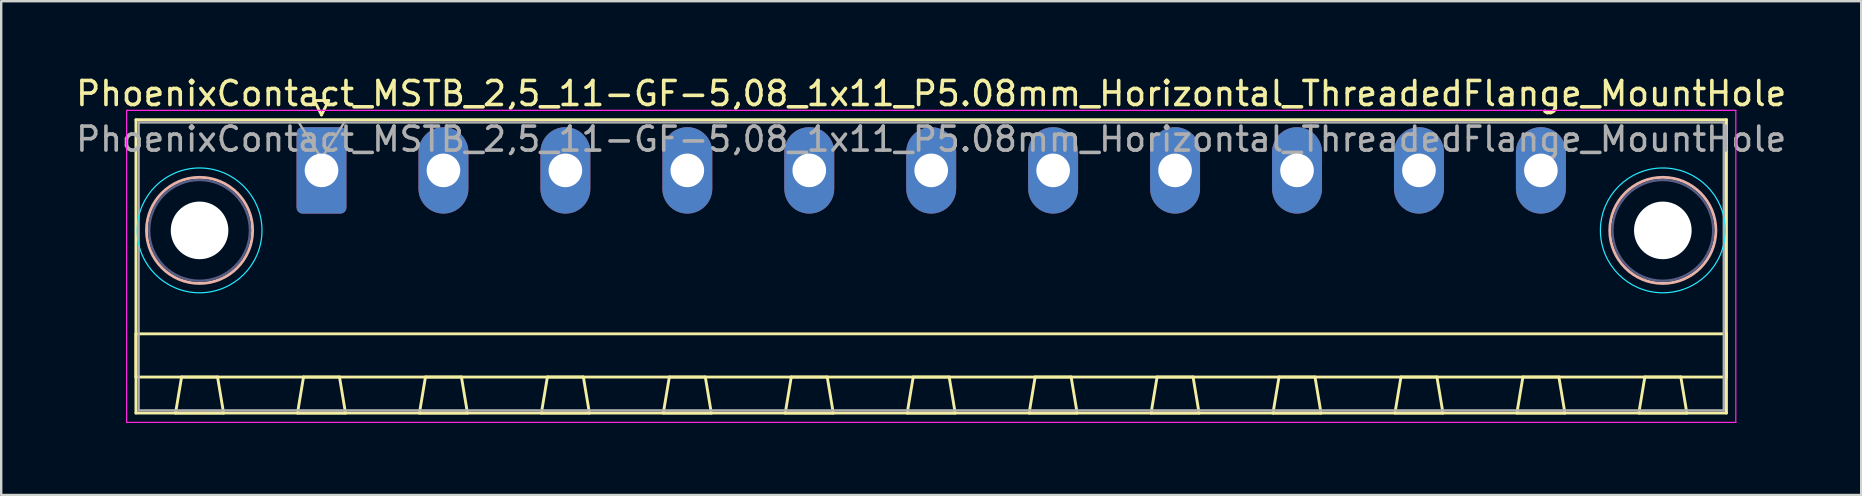
<source format=kicad_pcb>
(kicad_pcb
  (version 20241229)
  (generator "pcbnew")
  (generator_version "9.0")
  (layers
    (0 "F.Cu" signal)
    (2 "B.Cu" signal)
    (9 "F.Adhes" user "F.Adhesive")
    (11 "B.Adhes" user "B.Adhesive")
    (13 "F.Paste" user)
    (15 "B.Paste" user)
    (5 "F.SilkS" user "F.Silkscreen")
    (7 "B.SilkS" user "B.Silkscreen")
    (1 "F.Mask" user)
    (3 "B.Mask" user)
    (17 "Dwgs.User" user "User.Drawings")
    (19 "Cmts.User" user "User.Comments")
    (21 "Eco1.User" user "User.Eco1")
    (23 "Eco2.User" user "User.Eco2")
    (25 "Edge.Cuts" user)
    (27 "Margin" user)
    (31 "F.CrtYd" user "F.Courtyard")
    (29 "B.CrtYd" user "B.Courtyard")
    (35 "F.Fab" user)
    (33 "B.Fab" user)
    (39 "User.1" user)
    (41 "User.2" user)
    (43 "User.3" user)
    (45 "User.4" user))
  (footprint "PhoenixContact_MSTB_2,5_11-GF-5,08_1x11_P5.08mm_Horizontal_ThreadedFlange_MountHole"
    (layer "F.Cu")
    (at 10.344 4.048)
    (property "Reference" "PhoenixContact_MSTB_2,5_11-GF-5,08_1x11_P5.08mm_Horizontal_ThreadedFlange_MountHole" (at 25.4 -3.2 0) (layer "F.SilkS") (effects (font (size 1 1) (thickness 0.15))))
    (attr through_hole)
    (fp_line (start -7.73 -2.11) (end -7.73 10.11) (stroke (width 0.12) (type solid)) (layer "F.SilkS"))
    (fp_line (start -7.73 6.81) (end 58.53 6.81) (stroke (width 0.12) (type solid)) (layer "F.SilkS"))
    (fp_line (start -7.73 8.61) (end -7.73 6.81) (stroke (width 0.12) (type solid)) (layer "F.SilkS"))
    (fp_line (start -7.73 10.11) (end 58.53 10.11) (stroke (width 0.12) (type solid)) (layer "F.SilkS"))
    (fp_line (start -6.08 10.11) (end -4.08 10.11) (stroke (width 0.12) (type solid)) (layer "F.SilkS"))
    (fp_line (start -5.83 8.61) (end -6.08 10.11) (stroke (width 0.12) (type solid)) (layer "F.SilkS"))
    (fp_line (start -4.33 8.61) (end -5.83 8.61) (stroke (width 0.12) (type solid)) (layer "F.SilkS"))
    (fp_line (start -4.08 10.11) (end -4.33 8.61) (stroke (width 0.12) (type solid)) (layer "F.SilkS"))
    (fp_line (start -1 10.11) (end 1 10.11) (stroke (width 0.12) (type solid)) (layer "F.SilkS"))
    (fp_line (start -0.75 8.61) (end -1 10.11) (stroke (width 0.12) (type solid)) (layer "F.SilkS"))
    (fp_line (start -0.3 -2.91) (end 0.3 -2.91) (stroke (width 0.12) (type solid)) (layer "F.SilkS"))
    (fp_line (start 0 -2.31) (end -0.3 -2.91) (stroke (width 0.12) (type solid)) (layer "F.SilkS"))
    (fp_line (start 0.3 -2.91) (end 0 -2.31) (stroke (width 0.12) (type solid)) (layer "F.SilkS"))
    (fp_line (start 0.75 8.61) (end -0.75 8.61) (stroke (width 0.12) (type solid)) (layer "F.SilkS"))
    (fp_line (start 1 10.11) (end 0.75 8.61) (stroke (width 0.12) (type solid)) (layer "F.SilkS"))
    (fp_line (start 4.08 10.11) (end 6.08 10.11) (stroke (width 0.12) (type solid)) (layer "F.SilkS"))
    (fp_line (start 4.33 8.61) (end 4.08 10.11) (stroke (width 0.12) (type solid)) (layer "F.SilkS"))
    (fp_line (start 5.83 8.61) (end 4.33 8.61) (stroke (width 0.12) (type solid)) (layer "F.SilkS"))
    (fp_line (start 6.08 10.11) (end 5.83 8.61) (stroke (width 0.12) (type solid)) (layer "F.SilkS"))
    (fp_line (start 9.16 10.11) (end 11.16 10.11) (stroke (width 0.12) (type solid)) (layer "F.SilkS"))
    (fp_line (start 9.41 8.61) (end 9.16 10.11) (stroke (width 0.12) (type solid)) (layer "F.SilkS"))
    (fp_line (start 10.91 8.61) (end 9.41 8.61) (stroke (width 0.12) (type solid)) (layer "F.SilkS"))
    (fp_line (start 11.16 10.11) (end 10.91 8.61) (stroke (width 0.12) (type solid)) (layer "F.SilkS"))
    (fp_line (start 14.24 10.11) (end 16.24 10.11) (stroke (width 0.12) (type solid)) (layer "F.SilkS"))
    (fp_line (start 14.49 8.61) (end 14.24 10.11) (stroke (width 0.12) (type solid)) (layer "F.SilkS"))
    (fp_line (start 15.99 8.61) (end 14.49 8.61) (stroke (width 0.12) (type solid)) (layer "F.SilkS"))
    (fp_line (start 16.24 10.11) (end 15.99 8.61) (stroke (width 0.12) (type solid)) (layer "F.SilkS"))
    (fp_line (start 19.32 10.11) (end 21.32 10.11) (stroke (width 0.12) (type solid)) (layer "F.SilkS"))
    (fp_line (start 19.57 8.61) (end 19.32 10.11) (stroke (width 0.12) (type solid)) (layer "F.SilkS"))
    (fp_line (start 21.07 8.61) (end 19.57 8.61) (stroke (width 0.12) (type solid)) (layer "F.SilkS"))
    (fp_line (start 21.32 10.11) (end 21.07 8.61) (stroke (width 0.12) (type solid)) (layer "F.SilkS"))
    (fp_line (start 24.4 10.11) (end 26.4 10.11) (stroke (width 0.12) (type solid)) (layer "F.SilkS"))
    (fp_line (start 24.65 8.61) (end 24.4 10.11) (stroke (width 0.12) (type solid)) (layer "F.SilkS"))
    (fp_line (start 26.15 8.61) (end 24.65 8.61) (stroke (width 0.12) (type solid)) (layer "F.SilkS"))
    (fp_line (start 26.4 10.11) (end 26.15 8.61) (stroke (width 0.12) (type solid)) (layer "F.SilkS"))
    (fp_line (start 29.48 10.11) (end 31.48 10.11) (stroke (width 0.12) (type solid)) (layer "F.SilkS"))
    (fp_line (start 29.73 8.61) (end 29.48 10.11) (stroke (width 0.12) (type solid)) (layer "F.SilkS"))
    (fp_line (start 31.23 8.61) (end 29.73 8.61) (stroke (width 0.12) (type solid)) (layer "F.SilkS"))
    (fp_line (start 31.48 10.11) (end 31.23 8.61) (stroke (width 0.12) (type solid)) (layer "F.SilkS"))
    (fp_line (start 34.56 10.11) (end 36.56 10.11) (stroke (width 0.12) (type solid)) (layer "F.SilkS"))
    (fp_line (start 34.81 8.61) (end 34.56 10.11) (stroke (width 0.12) (type solid)) (layer "F.SilkS"))
    (fp_line (start 36.31 8.61) (end 34.81 8.61) (stroke (width 0.12) (type solid)) (layer "F.SilkS"))
    (fp_line (start 36.56 10.11) (end 36.31 8.61) (stroke (width 0.12) (type solid)) (layer "F.SilkS"))
    (fp_line (start 39.64 10.11) (end 41.64 10.11) (stroke (width 0.12) (type solid)) (layer "F.SilkS"))
    (fp_line (start 39.89 8.61) (end 39.64 10.11) (stroke (width 0.12) (type solid)) (layer "F.SilkS"))
    (fp_line (start 41.39 8.61) (end 39.89 8.61) (stroke (width 0.12) (type solid)) (layer "F.SilkS"))
    (fp_line (start 41.64 10.11) (end 41.39 8.61) (stroke (width 0.12) (type solid)) (layer "F.SilkS"))
    (fp_line (start 44.72 10.11) (end 46.72 10.11) (stroke (width 0.12) (type solid)) (layer "F.SilkS"))
    (fp_line (start 44.97 8.61) (end 44.72 10.11) (stroke (width 0.12) (type solid)) (layer "F.SilkS"))
    (fp_line (start 46.47 8.61) (end 44.97 8.61) (stroke (width 0.12) (type solid)) (layer "F.SilkS"))
    (fp_line (start 46.72 10.11) (end 46.47 8.61) (stroke (width 0.12) (type solid)) (layer "F.SilkS"))
    (fp_line (start 49.8 10.11) (end 51.8 10.11) (stroke (width 0.12) (type solid)) (layer "F.SilkS"))
    (fp_line (start 50.05 8.61) (end 49.8 10.11) (stroke (width 0.12) (type solid)) (layer "F.SilkS"))
    (fp_line (start 51.55 8.61) (end 50.05 8.61) (stroke (width 0.12) (type solid)) (layer "F.SilkS"))
    (fp_line (start 51.8 10.11) (end 51.55 8.61) (stroke (width 0.12) (type solid)) (layer "F.SilkS"))
    (fp_line (start 54.88 10.11) (end 56.88 10.11) (stroke (width 0.12) (type solid)) (layer "F.SilkS"))
    (fp_line (start 55.13 8.61) (end 54.88 10.11) (stroke (width 0.12) (type solid)) (layer "F.SilkS"))
    (fp_line (start 56.63 8.61) (end 55.13 8.61) (stroke (width 0.12) (type solid)) (layer "F.SilkS"))
    (fp_line (start 56.88 10.11) (end 56.63 8.61) (stroke (width 0.12) (type solid)) (layer "F.SilkS"))
    (fp_line (start 58.53 -2.11) (end -7.73 -2.11) (stroke (width 0.12) (type solid)) (layer "F.SilkS"))
    (fp_line (start 58.53 6.81) (end 58.53 8.61) (stroke (width 0.12) (type solid)) (layer "F.SilkS"))
    (fp_line (start 58.53 8.61) (end -7.73 8.61) (stroke (width 0.12) (type solid)) (layer "F.SilkS"))
    (fp_line (start 58.53 10.11) (end 58.53 -2.11) (stroke (width 0.12) (type solid)) (layer "F.SilkS"))
    (fp_circle (center -5.08 2.5) (end -2.87 2.5) (stroke (width 0.12) (type solid)) (fill no) (layer "B.SilkS"))
    (fp_circle (center 55.88 2.5) (end 58.09 2.5) (stroke (width 0.12) (type solid)) (fill no) (layer "B.SilkS"))
    (fp_circle (center -5.08 2.5) (end -2.48 2.5) (stroke (width 0.05) (type solid)) (fill no) (layer "B.CrtYd"))
    (fp_circle (center 55.88 2.5) (end 58.48 2.5) (stroke (width 0.05) (type solid)) (fill no) (layer "B.CrtYd"))
    (fp_line (start -8.12 -2.5) (end -8.12 10.5) (stroke (width 0.05) (type solid)) (layer "F.CrtYd"))
    (fp_line (start -8.12 10.5) (end 58.92 10.5) (stroke (width 0.05) (type solid)) (layer "F.CrtYd"))
    (fp_line (start 58.92 -2.5) (end -8.12 -2.5) (stroke (width 0.05) (type solid)) (layer "F.CrtYd"))
    (fp_line (start 58.92 10.5) (end 58.92 -2.5) (stroke (width 0.05) (type solid)) (layer "F.CrtYd"))
    (fp_circle (center -5.08 2.5) (end -2.98 2.5) (stroke (width 0.1) (type solid)) (fill no) (layer "B.Fab"))
    (fp_circle (center 55.88 2.5) (end 57.98 2.5) (stroke (width 0.1) (type solid)) (fill no) (layer "B.Fab"))
    (fp_line (start -7.62 -2) (end -7.62 10) (stroke (width 0.1) (type solid)) (layer "F.Fab"))
    (fp_line (start -7.62 10) (end 58.42 10) (stroke (width 0.1) (type solid)) (layer "F.Fab"))
    (fp_line (start 0 -0.5) (end -0.95 -2) (stroke (width 0.1) (type solid)) (layer "F.Fab"))
    (fp_line (start 0.95 -2) (end 0 -0.5) (stroke (width 0.1) (type solid)) (layer "F.Fab"))
    (fp_line (start 58.42 -2) (end -7.62 -2) (stroke (width 0.1) (type solid)) (layer "F.Fab"))
    (fp_line (start 58.42 10) (end 58.42 -2) (stroke (width 0.1) (type solid)) (layer "F.Fab"))
    (fp_text user "${REFERENCE}" (at 25.4 -1.3 0) (layer "F.Fab") (effects (font (size 1 1) (thickness 0.15))))
    (pad "" np_thru_hole circle (at -5.08 2.5) (size 2.4 2.4) (drill 2.4) (layers "*.Cu" "*.Mask"))
    (pad "" np_thru_hole circle (at 55.88 2.5) (size 2.4 2.4) (drill 2.4) (layers "*.Cu" "*.Mask"))
    (pad "1" thru_hole roundrect (at 0 0) (size 2.08 3.6) (drill 1.4) (layers "*.Cu" "*.Mask") (roundrect_rratio 0.12))
    (pad "2" thru_hole oval (at 5.08 0) (size 2.08 3.6) (drill 1.4) (layers "*.Cu" "*.Mask"))
    (pad "3" thru_hole oval (at 10.16 0) (size 2.08 3.6) (drill 1.4) (layers "*.Cu" "*.Mask"))
    (pad "4" thru_hole oval (at 15.24 0) (size 2.08 3.6) (drill 1.4) (layers "*.Cu" "*.Mask"))
    (pad "5" thru_hole oval (at 20.32 0) (size 2.08 3.6) (drill 1.4) (layers "*.Cu" "*.Mask"))
    (pad "6" thru_hole oval (at 25.4 0) (size 2.08 3.6) (drill 1.4) (layers "*.Cu" "*.Mask"))
    (pad "7" thru_hole oval (at 30.48 0) (size 2.08 3.6) (drill 1.4) (layers "*.Cu" "*.Mask"))
    (pad "8" thru_hole oval (at 35.56 0) (size 2.08 3.6) (drill 1.4) (layers "*.Cu" "*.Mask"))
    (pad "9" thru_hole oval (at 40.64 0) (size 2.08 3.6) (drill 1.4) (layers "*.Cu" "*.Mask"))
    (pad "10" thru_hole oval (at 45.72 0) (size 2.08 3.6) (drill 1.4) (layers "*.Cu" "*.Mask"))
    (pad "11" thru_hole oval (at 50.8 0) (size 2.08 3.6) (drill 1.4) (layers "*.Cu" "*.Mask")))
  (gr_rect
    (start -3 -3)
    (end 74.488 17.573)
    (stroke (width 0.1) (type default))
    (fill no)
    (layer "Edge.Cuts")))
</source>
